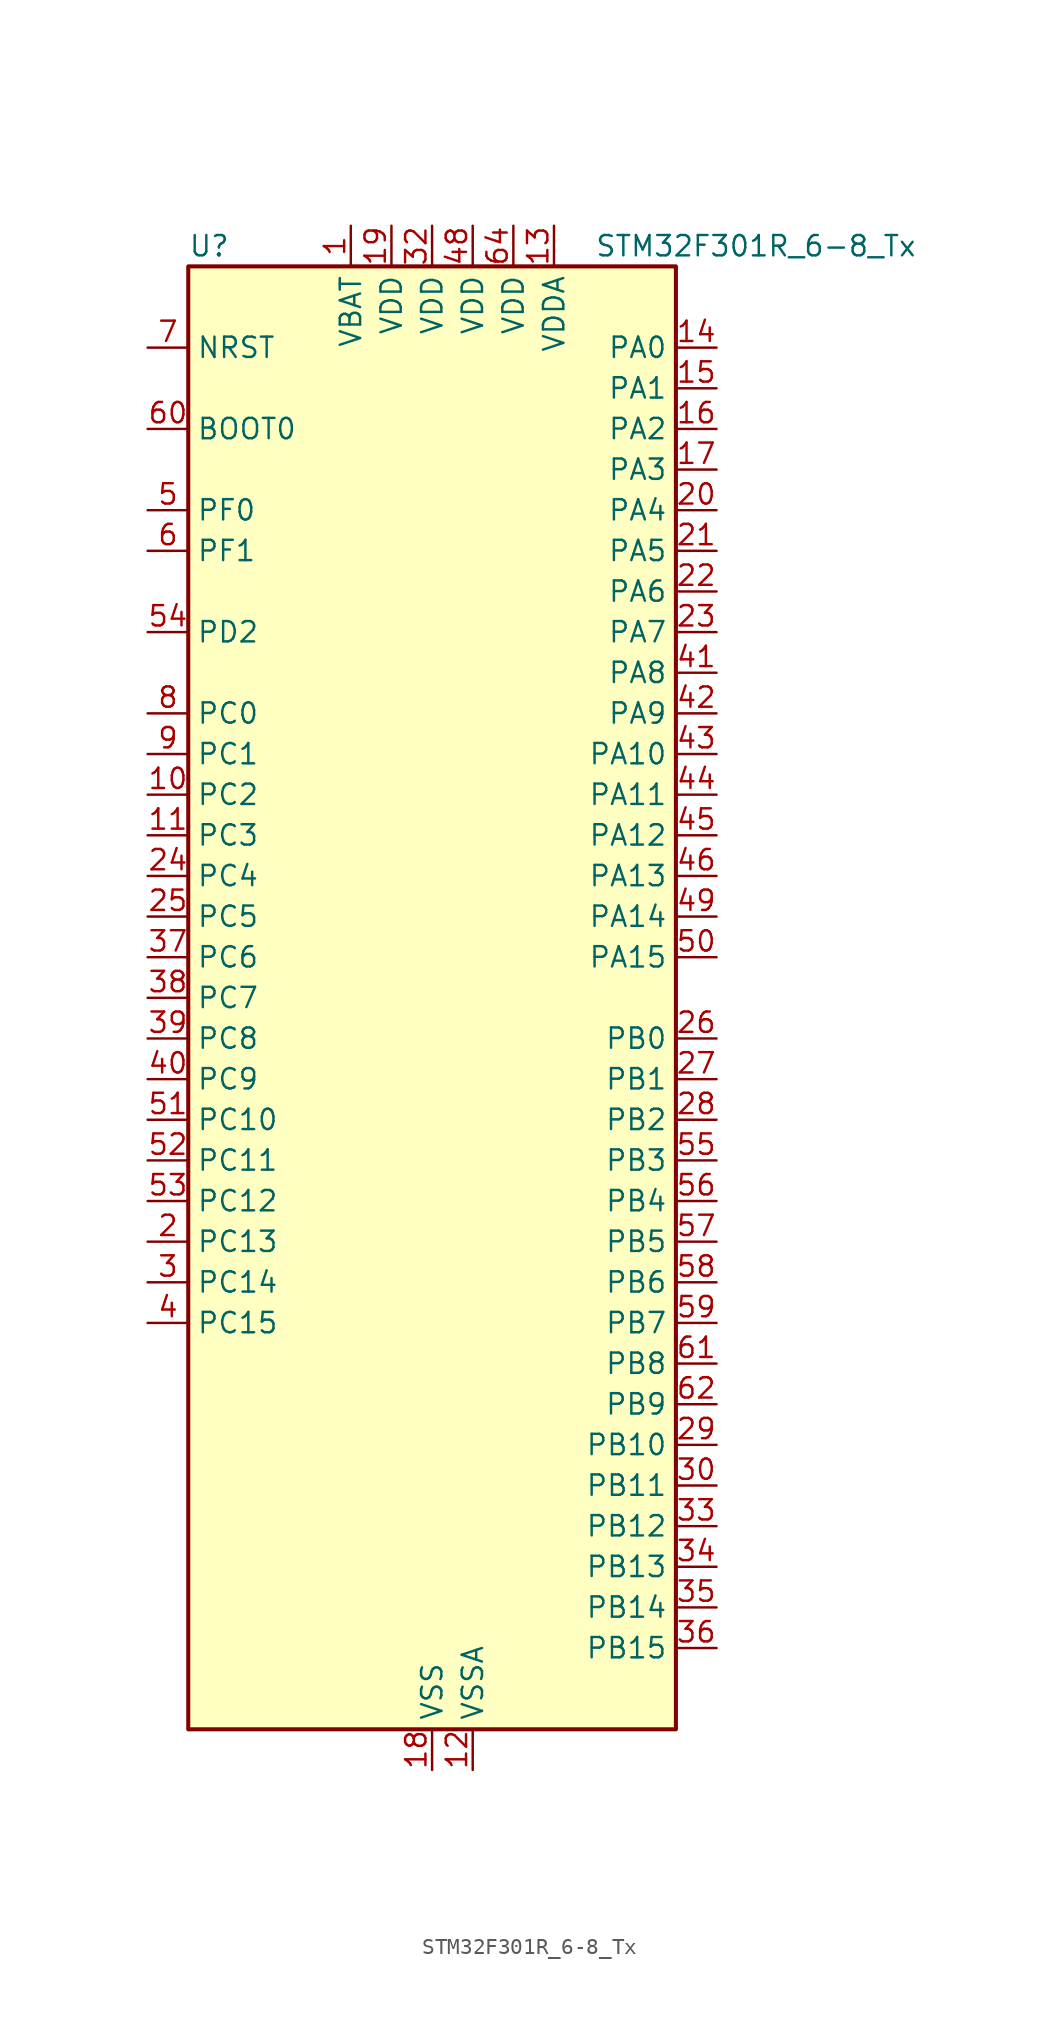
<source format=kicad_sym>
(kicad_symbol_lib
  (version 20241209)
  (generator "kicad_symbol_editor")
  (generator_version "9.0")
  (symbol "STM32F301R_6-8_Tx"
    (property "Reference" "U"
      (at -15.24 46.99 0)
      (effects (font (size 1.27 1.27)) (justify left)))
    (property "Value" "STM32F301R_6-8_Tx"
      (at 10.16 46.99 0)
      (effects (font (size 1.27 1.27)) (justify left)))
    (symbol "STM32F301R_6-8_Tx_0_1"
      (rectangle (start -15.24 -45.72) (end 15.24 45.72) (stroke (width 0.254) (type default)) (fill (type background))))
    (symbol "STM32F301R_6-8_Tx_1_1"
      (pin input line (at -17.78 40.64 0) (length 2.54) (name "NRST" (effects (font (size 1.27 1.27)))) (number "7" (effects (font (size 1.27 1.27)))))
      (pin input line (at -17.78 35.56 0) (length 2.54) (name "BOOT0" (effects (font (size 1.27 1.27)))) (number "60" (effects (font (size 1.27 1.27)))))
      (pin bidirectional line (at -17.78 30.48 0) (length 2.54) (name "PF0" (effects (font (size 1.27 1.27)))) (number "5" (effects (font (size 1.27 1.27)))) (alternate "I2C2_SDA" bidirectional line) (alternate "I2S2_WS" bidirectional line) (alternate "RCC_OSC_IN" bidirectional line) (alternate "SPI2_NSS" bidirectional line) (alternate "TIM1_CH3N" bidirectional line))
      (pin bidirectional line (at -17.78 27.94 0) (length 2.54) (name "PF1" (effects (font (size 1.27 1.27)))) (number "6" (effects (font (size 1.27 1.27)))) (alternate "I2C2_SCL" bidirectional line) (alternate "I2S2_CK" bidirectional line) (alternate "RCC_OSC_OUT" bidirectional line) (alternate "SPI2_SCK" bidirectional line))
      (pin bidirectional line (at -17.78 22.86 0) (length 2.54) (name "PD2" (effects (font (size 1.27 1.27)))) (number "54" (effects (font (size 1.27 1.27)))))
      (pin bidirectional line (at -17.78 17.78 0) (length 2.54) (name "PC0" (effects (font (size 1.27 1.27)))) (number "8" (effects (font (size 1.27 1.27)))) (alternate "ADC1_IN6" bidirectional line) (alternate "TIM1_CH1" bidirectional line))
      (pin bidirectional line (at -17.78 15.24 0) (length 2.54) (name "PC1" (effects (font (size 1.27 1.27)))) (number "9" (effects (font (size 1.27 1.27)))) (alternate "ADC1_IN7" bidirectional line) (alternate "TIM1_CH2" bidirectional line))
      (pin bidirectional line (at -17.78 12.7 0) (length 2.54) (name "PC2" (effects (font (size 1.27 1.27)))) (number "10" (effects (font (size 1.27 1.27)))) (alternate "ADC1_IN8" bidirectional line) (alternate "TIM1_CH3" bidirectional line))
      (pin bidirectional line (at -17.78 10.16 0) (length 2.54) (name "PC3" (effects (font (size 1.27 1.27)))) (number "11" (effects (font (size 1.27 1.27)))) (alternate "ADC1_IN9" bidirectional line) (alternate "TIM1_BKIN2" bidirectional line) (alternate "TIM1_CH4" bidirectional line))
      (pin bidirectional line (at -17.78 7.62 0) (length 2.54) (name "PC4" (effects (font (size 1.27 1.27)))) (number "24" (effects (font (size 1.27 1.27)))) (alternate "TIM1_ETR" bidirectional line) (alternate "USART1_TX" bidirectional line))
      (pin bidirectional line (at -17.78 5.08 0) (length 2.54) (name "PC5" (effects (font (size 1.27 1.27)))) (number "25" (effects (font (size 1.27 1.27)))) (alternate "OPAMP2_VINM" bidirectional line) (alternate "OPAMP2_VINM_SEC" bidirectional line) (alternate "TIM15_BKIN" bidirectional line) (alternate "TSC_G3_IO1" bidirectional line) (alternate "USART1_RX" bidirectional line))
      (pin bidirectional line (at -17.78 2.54 0) (length 2.54) (name "PC6" (effects (font (size 1.27 1.27)))) (number "37" (effects (font (size 1.27 1.27)))) (alternate "COMP6_OUT" bidirectional line) (alternate "I2S2_MCK" bidirectional line))
      (pin bidirectional line (at -17.78 0 0) (length 2.54) (name "PC7" (effects (font (size 1.27 1.27)))) (number "38" (effects (font (size 1.27 1.27)))) (alternate "I2S3_MCK" bidirectional line))
      (pin bidirectional line (at -17.78 -2.54 0) (length 2.54) (name "PC8" (effects (font (size 1.27 1.27)))) (number "39" (effects (font (size 1.27 1.27)))))
      (pin bidirectional line (at -17.78 -5.08 0) (length 2.54) (name "PC9" (effects (font (size 1.27 1.27)))) (number "40" (effects (font (size 1.27 1.27)))) (alternate "DAC_EXTI9" bidirectional line) (alternate "I2C3_SDA" bidirectional line) (alternate "I2S_CKIN" bidirectional line))
      (pin bidirectional line (at -17.78 -7.62 0) (length 2.54) (name "PC10" (effects (font (size 1.27 1.27)))) (number "51" (effects (font (size 1.27 1.27)))) (alternate "I2S3_CK" bidirectional line) (alternate "SPI3_SCK" bidirectional line) (alternate "USART3_TX" bidirectional line))
      (pin bidirectional line (at -17.78 -10.16 0) (length 2.54) (name "PC11" (effects (font (size 1.27 1.27)))) (number "52" (effects (font (size 1.27 1.27)))) (alternate "ADC1_EXTI11" bidirectional line) (alternate "I2S3_ext_SD" bidirectional line) (alternate "SPI3_MISO" bidirectional line) (alternate "USART3_RX" bidirectional line))
      (pin bidirectional line (at -17.78 -12.7 0) (length 2.54) (name "PC12" (effects (font (size 1.27 1.27)))) (number "53" (effects (font (size 1.27 1.27)))) (alternate "I2S3_SD" bidirectional line) (alternate "SPI3_MOSI" bidirectional line) (alternate "USART3_CK" bidirectional line))
      (pin bidirectional line (at -17.78 -15.24 0) (length 2.54) (name "PC13" (effects (font (size 1.27 1.27)))) (number "2" (effects (font (size 1.27 1.27)))) (alternate "RTC_OUT_ALARM" bidirectional line) (alternate "RTC_OUT_CALIB" bidirectional line) (alternate "RTC_TAMP1" bidirectional line) (alternate "RTC_TS" bidirectional line) (alternate "SYS_WKUP2" bidirectional line) (alternate "TIM1_CH1N" bidirectional line))
      (pin bidirectional line (at -17.78 -17.78 0) (length 2.54) (name "PC14" (effects (font (size 1.27 1.27)))) (number "3" (effects (font (size 1.27 1.27)))) (alternate "RCC_OSC32_IN" bidirectional line))
      (pin bidirectional line (at -17.78 -20.32 0) (length 2.54) (name "PC15" (effects (font (size 1.27 1.27)))) (number "4" (effects (font (size 1.27 1.27)))) (alternate "ADC1_EXTI15" bidirectional line) (alternate "RCC_OSC32_OUT" bidirectional line))
      (pin power_in line (at -5.08 48.26 270) (length 2.54) (name "VBAT" (effects (font (size 1.27 1.27)))) (number "1" (effects (font (size 1.27 1.27)))))
      (pin power_in line (at -2.54 48.26 270) (length 2.54) (name "VDD" (effects (font (size 1.27 1.27)))) (number "19" (effects (font (size 1.27 1.27)))))
      (pin power_in line (at 0 48.26 270) (length 2.54) (name "VDD" (effects (font (size 1.27 1.27)))) (number "32" (effects (font (size 1.27 1.27)))))
      (pin power_in line (at 0 -48.26 90) (length 2.54) (name "VSS" (effects (font (size 1.27 1.27)))) (number "18" (effects (font (size 1.27 1.27)))))
      (pin passive line (at 0 -48.26 90) (length 2.54) (hide yes) (name "VSS" (effects (font (size 1.27 1.27)))) (number "31" (effects (font (size 1.27 1.27)))))
      (pin passive line (at 0 -48.26 90) (length 2.54) (hide yes) (name "VSS" (effects (font (size 1.27 1.27)))) (number "47" (effects (font (size 1.27 1.27)))))
      (pin passive line (at 0 -48.26 90) (length 2.54) (hide yes) (name "VSS" (effects (font (size 1.27 1.27)))) (number "63" (effects (font (size 1.27 1.27)))))
      (pin power_in line (at 2.54 48.26 270) (length 2.54) (name "VDD" (effects (font (size 1.27 1.27)))) (number "48" (effects (font (size 1.27 1.27)))))
      (pin power_in line (at 2.54 -48.26 90) (length 2.54) (name "VSSA" (effects (font (size 1.27 1.27)))) (number "12" (effects (font (size 1.27 1.27)))))
      (pin power_in line (at 5.08 48.26 270) (length 2.54) (name "VDD" (effects (font (size 1.27 1.27)))) (number "64" (effects (font (size 1.27 1.27)))))
      (pin power_in line (at 7.62 48.26 270) (length 2.54) (name "VDDA" (effects (font (size 1.27 1.27)))) (number "13" (effects (font (size 1.27 1.27)))))
      (pin bidirectional line (at 17.78 40.64 180) (length 2.54) (name "PA0" (effects (font (size 1.27 1.27)))) (number "14" (effects (font (size 1.27 1.27)))) (alternate "ADC1_IN1" bidirectional line) (alternate "RTC_TAMP2" bidirectional line) (alternate "SYS_WKUP1" bidirectional line) (alternate "TIM2_CH1" bidirectional line) (alternate "TIM2_ETR" bidirectional line) (alternate "TSC_G1_IO1" bidirectional line) (alternate "USART2_CTS" bidirectional line))
      (pin bidirectional line (at 17.78 38.1 180) (length 2.54) (name "PA1" (effects (font (size 1.27 1.27)))) (number "15" (effects (font (size 1.27 1.27)))) (alternate "ADC1_IN2" bidirectional line) (alternate "RTC_REFIN" bidirectional line) (alternate "TIM15_CH1N" bidirectional line) (alternate "TIM2_CH2" bidirectional line) (alternate "TSC_G1_IO2" bidirectional line) (alternate "USART2_DE" bidirectional line) (alternate "USART2_RTS" bidirectional line))
      (pin bidirectional line (at 17.78 35.56 180) (length 2.54) (name "PA2" (effects (font (size 1.27 1.27)))) (number "16" (effects (font (size 1.27 1.27)))) (alternate "ADC1_IN3" bidirectional line) (alternate "COMP2_INM" bidirectional line) (alternate "COMP2_OUT" bidirectional line) (alternate "TIM15_CH1" bidirectional line) (alternate "TIM2_CH3" bidirectional line) (alternate "TSC_G1_IO3" bidirectional line) (alternate "USART2_TX" bidirectional line))
      (pin bidirectional line (at 17.78 33.02 180) (length 2.54) (name "PA3" (effects (font (size 1.27 1.27)))) (number "17" (effects (font (size 1.27 1.27)))) (alternate "ADC1_IN4" bidirectional line) (alternate "TIM15_CH2" bidirectional line) (alternate "TIM2_CH4" bidirectional line) (alternate "TSC_G1_IO4" bidirectional line) (alternate "USART2_RX" bidirectional line))
      (pin bidirectional line (at 17.78 30.48 180) (length 2.54) (name "PA4" (effects (font (size 1.27 1.27)))) (number "20" (effects (font (size 1.27 1.27)))) (alternate "ADC1_IN5" bidirectional line) (alternate "COMP2_INM" bidirectional line) (alternate "COMP4_INM" bidirectional line) (alternate "COMP6_INM" bidirectional line) (alternate "DAC_OUT1" bidirectional line) (alternate "I2S3_WS" bidirectional line) (alternate "SPI3_NSS" bidirectional line) (alternate "TSC_G2_IO1" bidirectional line) (alternate "USART2_CK" bidirectional line))
      (pin bidirectional line (at 17.78 27.94 180) (length 2.54) (name "PA5" (effects (font (size 1.27 1.27)))) (number "21" (effects (font (size 1.27 1.27)))) (alternate "OPAMP2_VINM" bidirectional line) (alternate "OPAMP2_VINM_SEC" bidirectional line) (alternate "TIM2_CH1" bidirectional line) (alternate "TIM2_ETR" bidirectional line) (alternate "TSC_G2_IO2" bidirectional line))
      (pin bidirectional line (at 17.78 25.4 180) (length 2.54) (name "PA6" (effects (font (size 1.27 1.27)))) (number "22" (effects (font (size 1.27 1.27)))) (alternate "ADC1_IN10" bidirectional line) (alternate "OPAMP2_VOUT" bidirectional line) (alternate "TIM16_CH1" bidirectional line) (alternate "TIM1_BKIN" bidirectional line) (alternate "TSC_G2_IO3" bidirectional line))
      (pin bidirectional line (at 17.78 22.86 180) (length 2.54) (name "PA7" (effects (font (size 1.27 1.27)))) (number "23" (effects (font (size 1.27 1.27)))) (alternate "ADC1_IN15" bidirectional line) (alternate "COMP2_INP" bidirectional line) (alternate "OPAMP2_VINP" bidirectional line) (alternate "OPAMP2_VINP_SEC" bidirectional line) (alternate "TIM17_CH1" bidirectional line) (alternate "TIM1_CH1N" bidirectional line) (alternate "TSC_G2_IO4" bidirectional line))
      (pin bidirectional line (at 17.78 20.32 180) (length 2.54) (name "PA8" (effects (font (size 1.27 1.27)))) (number "41" (effects (font (size 1.27 1.27)))) (alternate "I2C2_SMBA" bidirectional line) (alternate "I2C3_SCL" bidirectional line) (alternate "I2S2_MCK" bidirectional line) (alternate "RCC_MCO" bidirectional line) (alternate "TIM1_CH1" bidirectional line) (alternate "USART1_CK" bidirectional line))
      (pin bidirectional line (at 17.78 17.78 180) (length 2.54) (name "PA9" (effects (font (size 1.27 1.27)))) (number "42" (effects (font (size 1.27 1.27)))) (alternate "DAC_EXTI9" bidirectional line) (alternate "I2C2_SCL" bidirectional line) (alternate "I2C3_SMBA" bidirectional line) (alternate "I2S3_MCK" bidirectional line) (alternate "TIM15_BKIN" bidirectional line) (alternate "TIM1_CH2" bidirectional line) (alternate "TIM2_CH3" bidirectional line) (alternate "TSC_G4_IO1" bidirectional line) (alternate "USART1_TX" bidirectional line))
      (pin bidirectional line (at 17.78 15.24 180) (length 2.54) (name "PA10" (effects (font (size 1.27 1.27)))) (number "43" (effects (font (size 1.27 1.27)))) (alternate "COMP6_OUT" bidirectional line) (alternate "I2C2_SDA" bidirectional line) (alternate "I2S2_ext_SD" bidirectional line) (alternate "SPI2_MISO" bidirectional line) (alternate "TIM17_BKIN" bidirectional line) (alternate "TIM1_CH3" bidirectional line) (alternate "TIM2_CH4" bidirectional line) (alternate "TSC_G4_IO2" bidirectional line) (alternate "USART1_RX" bidirectional line))
      (pin bidirectional line (at 17.78 12.7 180) (length 2.54) (name "PA11" (effects (font (size 1.27 1.27)))) (number "44" (effects (font (size 1.27 1.27)))) (alternate "ADC1_EXTI11" bidirectional line) (alternate "I2S2_SD" bidirectional line) (alternate "SPI2_MOSI" bidirectional line) (alternate "TIM1_BKIN2" bidirectional line) (alternate "TIM1_CH1N" bidirectional line) (alternate "TIM1_CH4" bidirectional line) (alternate "USART1_CTS" bidirectional line))
      (pin bidirectional line (at 17.78 10.16 180) (length 2.54) (name "PA12" (effects (font (size 1.27 1.27)))) (number "45" (effects (font (size 1.27 1.27)))) (alternate "COMP2_OUT" bidirectional line) (alternate "I2S_CKIN" bidirectional line) (alternate "TIM16_CH1" bidirectional line) (alternate "TIM1_CH2N" bidirectional line) (alternate "TIM1_ETR" bidirectional line) (alternate "USART1_DE" bidirectional line) (alternate "USART1_RTS" bidirectional line))
      (pin bidirectional line (at 17.78 7.62 180) (length 2.54) (name "PA13" (effects (font (size 1.27 1.27)))) (number "46" (effects (font (size 1.27 1.27)))) (alternate "IR_OUT" bidirectional line) (alternate "SYS_JTMS-SWDIO" bidirectional line) (alternate "TIM16_CH1N" bidirectional line) (alternate "TSC_G4_IO3" bidirectional line) (alternate "USART3_CTS" bidirectional line))
      (pin bidirectional line (at 17.78 5.08 180) (length 2.54) (name "PA14" (effects (font (size 1.27 1.27)))) (number "49" (effects (font (size 1.27 1.27)))) (alternate "I2C1_SDA" bidirectional line) (alternate "SYS_JTCK-SWCLK" bidirectional line) (alternate "TIM1_BKIN" bidirectional line) (alternate "TSC_G4_IO4" bidirectional line) (alternate "USART2_TX" bidirectional line))
      (pin bidirectional line (at 17.78 2.54 180) (length 2.54) (name "PA15" (effects (font (size 1.27 1.27)))) (number "50" (effects (font (size 1.27 1.27)))) (alternate "ADC1_EXTI15" bidirectional line) (alternate "I2C1_SCL" bidirectional line) (alternate "I2S3_WS" bidirectional line) (alternate "SPI3_NSS" bidirectional line) (alternate "SYS_JTDI" bidirectional line) (alternate "TIM1_BKIN" bidirectional line) (alternate "TIM2_CH1" bidirectional line) (alternate "TIM2_ETR" bidirectional line) (alternate "TSC_SYNC" bidirectional line) (alternate "USART2_RX" bidirectional line))
      (pin bidirectional line (at 17.78 -2.54 180) (length 2.54) (name "PB0" (effects (font (size 1.27 1.27)))) (number "26" (effects (font (size 1.27 1.27)))) (alternate "ADC1_IN11" bidirectional line) (alternate "COMP4_INP" bidirectional line) (alternate "OPAMP2_VINP" bidirectional line) (alternate "OPAMP2_VINP_SEC" bidirectional line) (alternate "TIM1_CH2N" bidirectional line) (alternate "TSC_G3_IO2" bidirectional line))
      (pin bidirectional line (at 17.78 -5.08 180) (length 2.54) (name "PB1" (effects (font (size 1.27 1.27)))) (number "27" (effects (font (size 1.27 1.27)))) (alternate "ADC1_IN12" bidirectional line) (alternate "COMP4_OUT" bidirectional line) (alternate "TIM1_CH3N" bidirectional line) (alternate "TSC_G3_IO3" bidirectional line))
      (pin bidirectional line (at 17.78 -7.62 180) (length 2.54) (name "PB2" (effects (font (size 1.27 1.27)))) (number "28" (effects (font (size 1.27 1.27)))) (alternate "COMP4_INM" bidirectional line) (alternate "TSC_G3_IO4" bidirectional line))
      (pin bidirectional line (at 17.78 -10.16 180) (length 2.54) (name "PB3" (effects (font (size 1.27 1.27)))) (number "55" (effects (font (size 1.27 1.27)))) (alternate "I2S3_CK" bidirectional line) (alternate "SPI3_SCK" bidirectional line) (alternate "SYS_JTDO-TRACESWO" bidirectional line) (alternate "TIM2_CH2" bidirectional line) (alternate "TSC_G5_IO1" bidirectional line) (alternate "USART2_TX" bidirectional line))
      (pin bidirectional line (at 17.78 -12.7 180) (length 2.54) (name "PB4" (effects (font (size 1.27 1.27)))) (number "56" (effects (font (size 1.27 1.27)))) (alternate "I2S3_ext_SD" bidirectional line) (alternate "SPI3_MISO" bidirectional line) (alternate "SYS_NJTRST" bidirectional line) (alternate "TIM16_CH1" bidirectional line) (alternate "TIM17_BKIN" bidirectional line) (alternate "TSC_G5_IO2" bidirectional line) (alternate "USART2_RX" bidirectional line))
      (pin bidirectional line (at 17.78 -15.24 180) (length 2.54) (name "PB5" (effects (font (size 1.27 1.27)))) (number "57" (effects (font (size 1.27 1.27)))) (alternate "I2C1_SMBA" bidirectional line) (alternate "I2C3_SDA" bidirectional line) (alternate "I2S3_SD" bidirectional line) (alternate "SPI3_MOSI" bidirectional line) (alternate "TIM16_BKIN" bidirectional line) (alternate "TIM17_CH1" bidirectional line) (alternate "USART2_CK" bidirectional line))
      (pin bidirectional line (at 17.78 -17.78 180) (length 2.54) (name "PB6" (effects (font (size 1.27 1.27)))) (number "58" (effects (font (size 1.27 1.27)))) (alternate "I2C1_SCL" bidirectional line) (alternate "TIM16_CH1N" bidirectional line) (alternate "TSC_G5_IO3" bidirectional line) (alternate "USART1_TX" bidirectional line))
      (pin bidirectional line (at 17.78 -20.32 180) (length 2.54) (name "PB7" (effects (font (size 1.27 1.27)))) (number "59" (effects (font (size 1.27 1.27)))) (alternate "I2C1_SDA" bidirectional line) (alternate "TIM17_CH1N" bidirectional line) (alternate "TSC_G5_IO4" bidirectional line) (alternate "USART1_RX" bidirectional line))
      (pin bidirectional line (at 17.78 -22.86 180) (length 2.54) (name "PB8" (effects (font (size 1.27 1.27)))) (number "61" (effects (font (size 1.27 1.27)))) (alternate "I2C1_SCL" bidirectional line) (alternate "TIM16_CH1" bidirectional line) (alternate "TIM1_BKIN" bidirectional line) (alternate "TSC_SYNC" bidirectional line) (alternate "USART3_RX" bidirectional line))
      (pin bidirectional line (at 17.78 -25.4 180) (length 2.54) (name "PB9" (effects (font (size 1.27 1.27)))) (number "62" (effects (font (size 1.27 1.27)))) (alternate "COMP2_OUT" bidirectional line) (alternate "DAC_EXTI9" bidirectional line) (alternate "I2C1_SDA" bidirectional line) (alternate "IR_OUT" bidirectional line) (alternate "TIM17_CH1" bidirectional line) (alternate "USART3_TX" bidirectional line))
      (pin bidirectional line (at 17.78 -27.94 180) (length 2.54) (name "PB10" (effects (font (size 1.27 1.27)))) (number "29" (effects (font (size 1.27 1.27)))) (alternate "TIM2_CH3" bidirectional line) (alternate "TSC_SYNC" bidirectional line) (alternate "USART3_TX" bidirectional line))
      (pin bidirectional line (at 17.78 -30.48 180) (length 2.54) (name "PB11" (effects (font (size 1.27 1.27)))) (number "30" (effects (font (size 1.27 1.27)))) (alternate "ADC1_EXTI11" bidirectional line) (alternate "ADC1_IN14" bidirectional line) (alternate "COMP6_INP" bidirectional line) (alternate "TIM2_CH4" bidirectional line) (alternate "TSC_G6_IO1" bidirectional line) (alternate "USART3_RX" bidirectional line))
      (pin bidirectional line (at 17.78 -33.02 180) (length 2.54) (name "PB12" (effects (font (size 1.27 1.27)))) (number "33" (effects (font (size 1.27 1.27)))) (alternate "I2C2_SMBA" bidirectional line) (alternate "I2S2_WS" bidirectional line) (alternate "SPI2_NSS" bidirectional line) (alternate "TIM1_BKIN" bidirectional line) (alternate "TSC_G6_IO2" bidirectional line) (alternate "USART3_CK" bidirectional line))
      (pin bidirectional line (at 17.78 -35.56 180) (length 2.54) (name "PB13" (effects (font (size 1.27 1.27)))) (number "34" (effects (font (size 1.27 1.27)))) (alternate "ADC1_IN13" bidirectional line) (alternate "I2S2_CK" bidirectional line) (alternate "SPI2_SCK" bidirectional line) (alternate "TIM1_CH1N" bidirectional line) (alternate "TSC_G6_IO3" bidirectional line) (alternate "USART3_CTS" bidirectional line))
      (pin bidirectional line (at 17.78 -38.1 180) (length 2.54) (name "PB14" (effects (font (size 1.27 1.27)))) (number "35" (effects (font (size 1.27 1.27)))) (alternate "I2S2_ext_SD" bidirectional line) (alternate "OPAMP2_VINP" bidirectional line) (alternate "OPAMP2_VINP_SEC" bidirectional line) (alternate "SPI2_MISO" bidirectional line) (alternate "TIM15_CH1" bidirectional line) (alternate "TIM1_CH2N" bidirectional line) (alternate "TSC_G6_IO4" bidirectional line) (alternate "USART3_DE" bidirectional line) (alternate "USART3_RTS" bidirectional line))
      (pin bidirectional line (at 17.78 -40.64 180) (length 2.54) (name "PB15" (effects (font (size 1.27 1.27)))) (number "36" (effects (font (size 1.27 1.27)))) (alternate "ADC1_EXTI15" bidirectional line) (alternate "COMP6_INM" bidirectional line) (alternate "I2S2_SD" bidirectional line) (alternate "RTC_REFIN" bidirectional line) (alternate "SPI2_MOSI" bidirectional line) (alternate "TIM15_CH1N" bidirectional line) (alternate "TIM15_CH2" bidirectional line) (alternate "TIM1_CH3N" bidirectional line)))))
</source>
